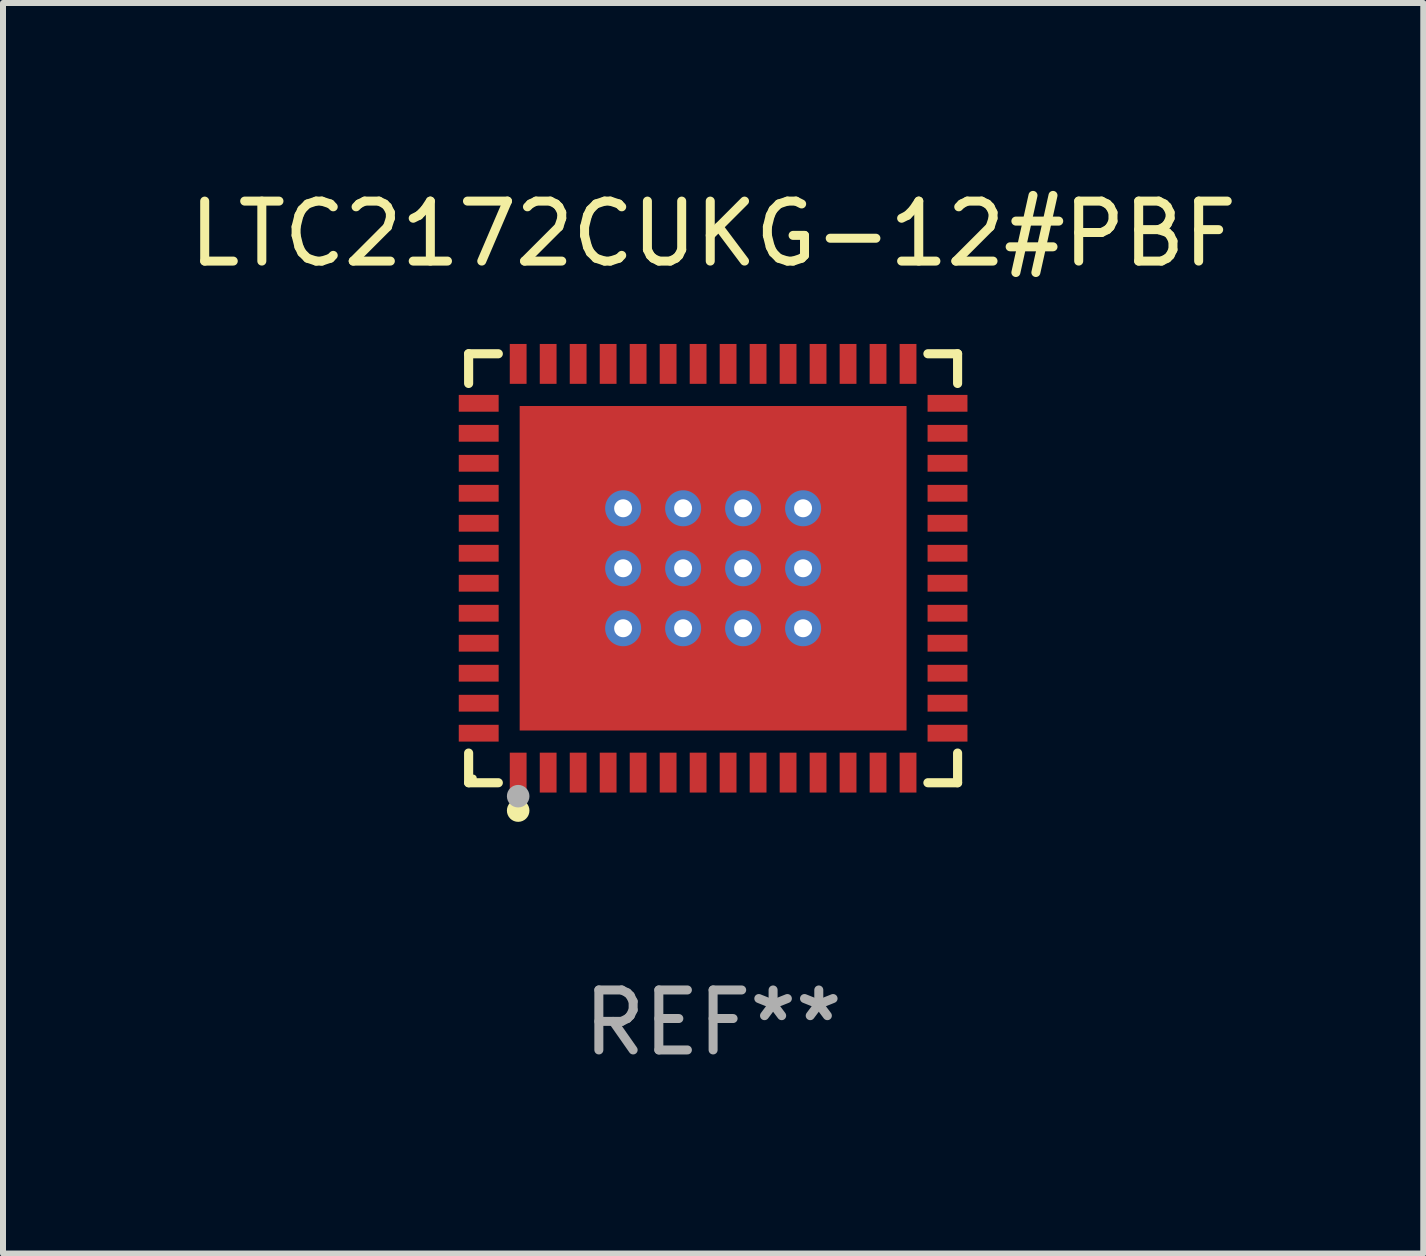
<source format=kicad_pcb>
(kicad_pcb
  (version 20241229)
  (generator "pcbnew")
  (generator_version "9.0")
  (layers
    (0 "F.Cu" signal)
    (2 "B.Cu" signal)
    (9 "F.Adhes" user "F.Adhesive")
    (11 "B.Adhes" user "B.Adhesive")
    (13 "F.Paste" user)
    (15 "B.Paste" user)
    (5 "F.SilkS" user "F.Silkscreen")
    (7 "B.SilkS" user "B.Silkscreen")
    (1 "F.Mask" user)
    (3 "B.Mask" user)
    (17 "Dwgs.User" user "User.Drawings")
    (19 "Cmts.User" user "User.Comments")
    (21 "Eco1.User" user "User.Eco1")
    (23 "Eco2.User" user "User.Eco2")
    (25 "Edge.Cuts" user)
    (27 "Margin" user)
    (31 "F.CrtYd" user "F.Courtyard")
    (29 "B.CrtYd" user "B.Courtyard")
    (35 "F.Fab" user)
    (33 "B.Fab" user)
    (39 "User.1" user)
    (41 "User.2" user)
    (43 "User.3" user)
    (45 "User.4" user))
  (footprint "LTC2172CUKG-12#PBF"
    (layer "F.Cu")
    (at 8.839 6.424)
    (property "Reference" "LTC2172CUKG-12#PBF" (at 0 -5.576 0) (layer "F.SilkS") (effects (font (size 1 1) (thickness 0.15))))
    (attr through_hole)
    (fp_line (start -4.076 -3.576) (end -3.581 -3.576) (stroke (width 0.152) (type solid)) (layer "F.SilkS"))
    (fp_line (start -4.076 -3.081) (end -4.076 -3.576) (stroke (width 0.152) (type solid)) (layer "F.SilkS"))
    (fp_line (start -4.076 3.081) (end -4.076 3.576) (stroke (width 0.152) (type solid)) (layer "F.SilkS"))
    (fp_line (start -4.076 3.576) (end -3.581 3.576) (stroke (width 0.152) (type solid)) (layer "F.SilkS"))
    (fp_line (start 4.076 -3.576) (end 3.581 -3.576) (stroke (width 0.152) (type solid)) (layer "F.SilkS"))
    (fp_line (start 4.076 -3.081) (end 4.076 -3.576) (stroke (width 0.152) (type solid)) (layer "F.SilkS"))
    (fp_line (start 4.076 3.081) (end 4.076 3.576) (stroke (width 0.152) (type solid)) (layer "F.SilkS"))
    (fp_line (start 4.076 3.576) (end 3.581 3.576) (stroke (width 0.152) (type solid)) (layer "F.SilkS"))
    (fp_circle (center -4 3.5) (end -3.97 3.5) (stroke (width 0.06) (type solid)) (fill no) (layer "F.SilkS"))
    (fp_circle (center -3.25 4.04) (end -3.156 4.04) (stroke (width 0.188) (type solid)) (fill no) (layer "F.SilkS"))
    (fp_circle (center -3.25 3.8) (end -3.156 3.8) (stroke (width 0.188) (type solid)) (fill no) (layer "F.Fab"))
    (fp_text user "REF**" (at 0 7.576 0) (layer "F.Fab") (effects (font (size 1 1) (thickness 0.15))))
    (pad "1" smd rect (at -3.25 3.407) (size 0.28 0.665) (layers "F.Cu" "F.Mask" "F.Paste"))
    (pad "2" smd rect (at -2.75 3.407) (size 0.28 0.665) (layers "F.Cu" "F.Mask" "F.Paste"))
    (pad "3" smd rect (at -2.25 3.407) (size 0.28 0.665) (layers "F.Cu" "F.Mask" "F.Paste"))
    (pad "4" smd rect (at -1.75 3.407) (size 0.28 0.665) (layers "F.Cu" "F.Mask" "F.Paste"))
    (pad "5" smd rect (at -1.25 3.407) (size 0.28 0.665) (layers "F.Cu" "F.Mask" "F.Paste"))
    (pad "6" smd rect (at -0.75 3.407) (size 0.28 0.665) (layers "F.Cu" "F.Mask" "F.Paste"))
    (pad "7" smd rect (at -0.25 3.407) (size 0.28 0.665) (layers "F.Cu" "F.Mask" "F.Paste"))
    (pad "8" smd rect (at 0.25 3.407) (size 0.28 0.665) (layers "F.Cu" "F.Mask" "F.Paste"))
    (pad "9" smd rect (at 0.75 3.407) (size 0.28 0.665) (layers "F.Cu" "F.Mask" "F.Paste"))
    (pad "10" smd rect (at 1.25 3.407) (size 0.28 0.665) (layers "F.Cu" "F.Mask" "F.Paste"))
    (pad "11" smd rect (at 1.75 3.407) (size 0.28 0.665) (layers "F.Cu" "F.Mask" "F.Paste"))
    (pad "12" smd rect (at 2.25 3.407) (size 0.28 0.665) (layers "F.Cu" "F.Mask" "F.Paste"))
    (pad "13" smd rect (at 2.75 3.407) (size 0.28 0.665) (layers "F.Cu" "F.Mask" "F.Paste"))
    (pad "14" smd rect (at 3.25 3.407) (size 0.28 0.665) (layers "F.Cu" "F.Mask" "F.Paste"))
    (pad "15" smd rect (at 3.908 2.75) (size 0.665 0.28) (layers "F.Cu" "F.Mask" "F.Paste"))
    (pad "16" smd rect (at 3.908 2.25) (size 0.665 0.28) (layers "F.Cu" "F.Mask" "F.Paste"))
    (pad "17" smd rect (at 3.908 1.75) (size 0.665 0.28) (layers "F.Cu" "F.Mask" "F.Paste"))
    (pad "18" smd rect (at 3.908 1.25) (size 0.665 0.28) (layers "F.Cu" "F.Mask" "F.Paste"))
    (pad "19" smd rect (at 3.908 0.75) (size 0.665 0.28) (layers "F.Cu" "F.Mask" "F.Paste"))
    (pad "20" smd rect (at 3.908 0.25) (size 0.665 0.28) (layers "F.Cu" "F.Mask" "F.Paste"))
    (pad "21" smd rect (at 3.908 -0.25) (size 0.665 0.28) (layers "F.Cu" "F.Mask" "F.Paste"))
    (pad "22" smd rect (at 3.908 -0.75) (size 0.665 0.28) (layers "F.Cu" "F.Mask" "F.Paste"))
    (pad "23" smd rect (at 3.908 -1.25) (size 0.665 0.28) (layers "F.Cu" "F.Mask" "F.Paste"))
    (pad "24" smd rect (at 3.908 -1.75) (size 0.665 0.28) (layers "F.Cu" "F.Mask" "F.Paste"))
    (pad "25" smd rect (at 3.908 -2.25) (size 0.665 0.28) (layers "F.Cu" "F.Mask" "F.Paste"))
    (pad "26" smd rect (at 3.908 -2.75) (size 0.665 0.28) (layers "F.Cu" "F.Mask" "F.Paste"))
    (pad "27" smd rect (at 3.25 -3.407) (size 0.28 0.665) (layers "F.Cu" "F.Mask" "F.Paste"))
    (pad "28" smd rect (at 2.75 -3.407) (size 0.28 0.665) (layers "F.Cu" "F.Mask" "F.Paste"))
    (pad "29" smd rect (at 2.25 -3.407) (size 0.28 0.665) (layers "F.Cu" "F.Mask" "F.Paste"))
    (pad "30" smd rect (at 1.75 -3.407) (size 0.28 0.665) (layers "F.Cu" "F.Mask" "F.Paste"))
    (pad "31" smd rect (at 1.25 -3.407) (size 0.28 0.665) (layers "F.Cu" "F.Mask" "F.Paste"))
    (pad "32" smd rect (at 0.75 -3.407) (size 0.28 0.665) (layers "F.Cu" "F.Mask" "F.Paste"))
    (pad "33" smd rect (at 0.25 -3.407) (size 0.28 0.665) (layers "F.Cu" "F.Mask" "F.Paste"))
    (pad "34" smd rect (at -0.25 -3.407) (size 0.28 0.665) (layers "F.Cu" "F.Mask" "F.Paste"))
    (pad "35" smd rect (at -0.75 -3.407) (size 0.28 0.665) (layers "F.Cu" "F.Mask" "F.Paste"))
    (pad "36" smd rect (at -1.25 -3.407) (size 0.28 0.665) (layers "F.Cu" "F.Mask" "F.Paste"))
    (pad "37" smd rect (at -1.75 -3.407) (size 0.28 0.665) (layers "F.Cu" "F.Mask" "F.Paste"))
    (pad "38" smd rect (at -2.25 -3.407) (size 0.28 0.665) (layers "F.Cu" "F.Mask" "F.Paste"))
    (pad "39" smd rect (at -2.75 -3.407) (size 0.28 0.665) (layers "F.Cu" "F.Mask" "F.Paste"))
    (pad "40" smd rect (at -3.25 -3.407) (size 0.28 0.665) (layers "F.Cu" "F.Mask" "F.Paste"))
    (pad "41" smd rect (at -3.908 -2.75) (size 0.665 0.28) (layers "F.Cu" "F.Mask" "F.Paste"))
    (pad "42" smd rect (at -3.908 -2.25) (size 0.665 0.28) (layers "F.Cu" "F.Mask" "F.Paste"))
    (pad "43" smd rect (at -3.908 -1.75) (size 0.665 0.28) (layers "F.Cu" "F.Mask" "F.Paste"))
    (pad "44" smd rect (at -3.908 -1.25) (size 0.665 0.28) (layers "F.Cu" "F.Mask" "F.Paste"))
    (pad "45" smd rect (at -3.908 -0.75) (size 0.665 0.28) (layers "F.Cu" "F.Mask" "F.Paste"))
    (pad "46" smd rect (at -3.908 -0.25) (size 0.665 0.28) (layers "F.Cu" "F.Mask" "F.Paste"))
    (pad "47" smd rect (at -3.908 0.25) (size 0.665 0.28) (layers "F.Cu" "F.Mask" "F.Paste"))
    (pad "48" smd rect (at -3.908 0.75) (size 0.665 0.28) (layers "F.Cu" "F.Mask" "F.Paste"))
    (pad "49" smd rect (at -3.908 1.25) (size 0.665 0.28) (layers "F.Cu" "F.Mask" "F.Paste"))
    (pad "50" smd rect (at -3.908 1.75) (size 0.665 0.28) (layers "F.Cu" "F.Mask" "F.Paste"))
    (pad "51" smd rect (at -3.908 2.25) (size 0.665 0.28) (layers "F.Cu" "F.Mask" "F.Paste"))
    (pad "52" smd rect (at -3.908 2.75) (size 0.665 0.28) (layers "F.Cu" "F.Mask" "F.Paste"))
    (pad "53" thru_hole circle (at -1.5 -1) (size 0.6 0.6) (drill 0.3) (layers "*.Cu" "*.Mask"))
    (pad "53" thru_hole circle (at -1.5 0) (size 0.6 0.6) (drill 0.3) (layers "*.Cu" "*.Mask"))
    (pad "53" thru_hole circle (at -1.5 1) (size 0.6 0.6) (drill 0.3) (layers "*.Cu" "*.Mask"))
    (pad "53" thru_hole circle (at -0.5 -1) (size 0.6 0.6) (drill 0.3) (layers "*.Cu" "*.Mask"))
    (pad "53" thru_hole circle (at -0.5 0) (size 0.6 0.6) (drill 0.3) (layers "*.Cu" "*.Mask"))
    (pad "53" thru_hole circle (at -0.5 1) (size 0.6 0.6) (drill 0.3) (layers "*.Cu" "*.Mask"))
    (pad "53" smd rect (at 0 0) (size 6.45 5.41) (layers "F.Cu" "F.Mask" "F.Paste"))
    (pad "53" thru_hole circle (at 0.5 -1) (size 0.6 0.6) (drill 0.3) (layers "*.Cu" "*.Mask"))
    (pad "53" thru_hole circle (at 0.5 0) (size 0.6 0.6) (drill 0.3) (layers "*.Cu" "*.Mask"))
    (pad "53" thru_hole circle (at 0.5 1) (size 0.6 0.6) (drill 0.3) (layers "*.Cu" "*.Mask"))
    (pad "53" thru_hole circle (at 1.5 -1) (size 0.6 0.6) (drill 0.3) (layers "*.Cu" "*.Mask"))
    (pad "53" thru_hole circle (at 1.5 0) (size 0.6 0.6) (drill 0.3) (layers "*.Cu" "*.Mask"))
    (pad "53" thru_hole circle (at 1.5 1) (size 0.6 0.6) (drill 0.3) (layers "*.Cu" "*.Mask")))
  (gr_rect
    (start -3 -3)
    (end 20.679 17.849)
    (stroke (width 0.1) (type default))
    (fill no)
    (layer "Edge.Cuts")))
</source>
